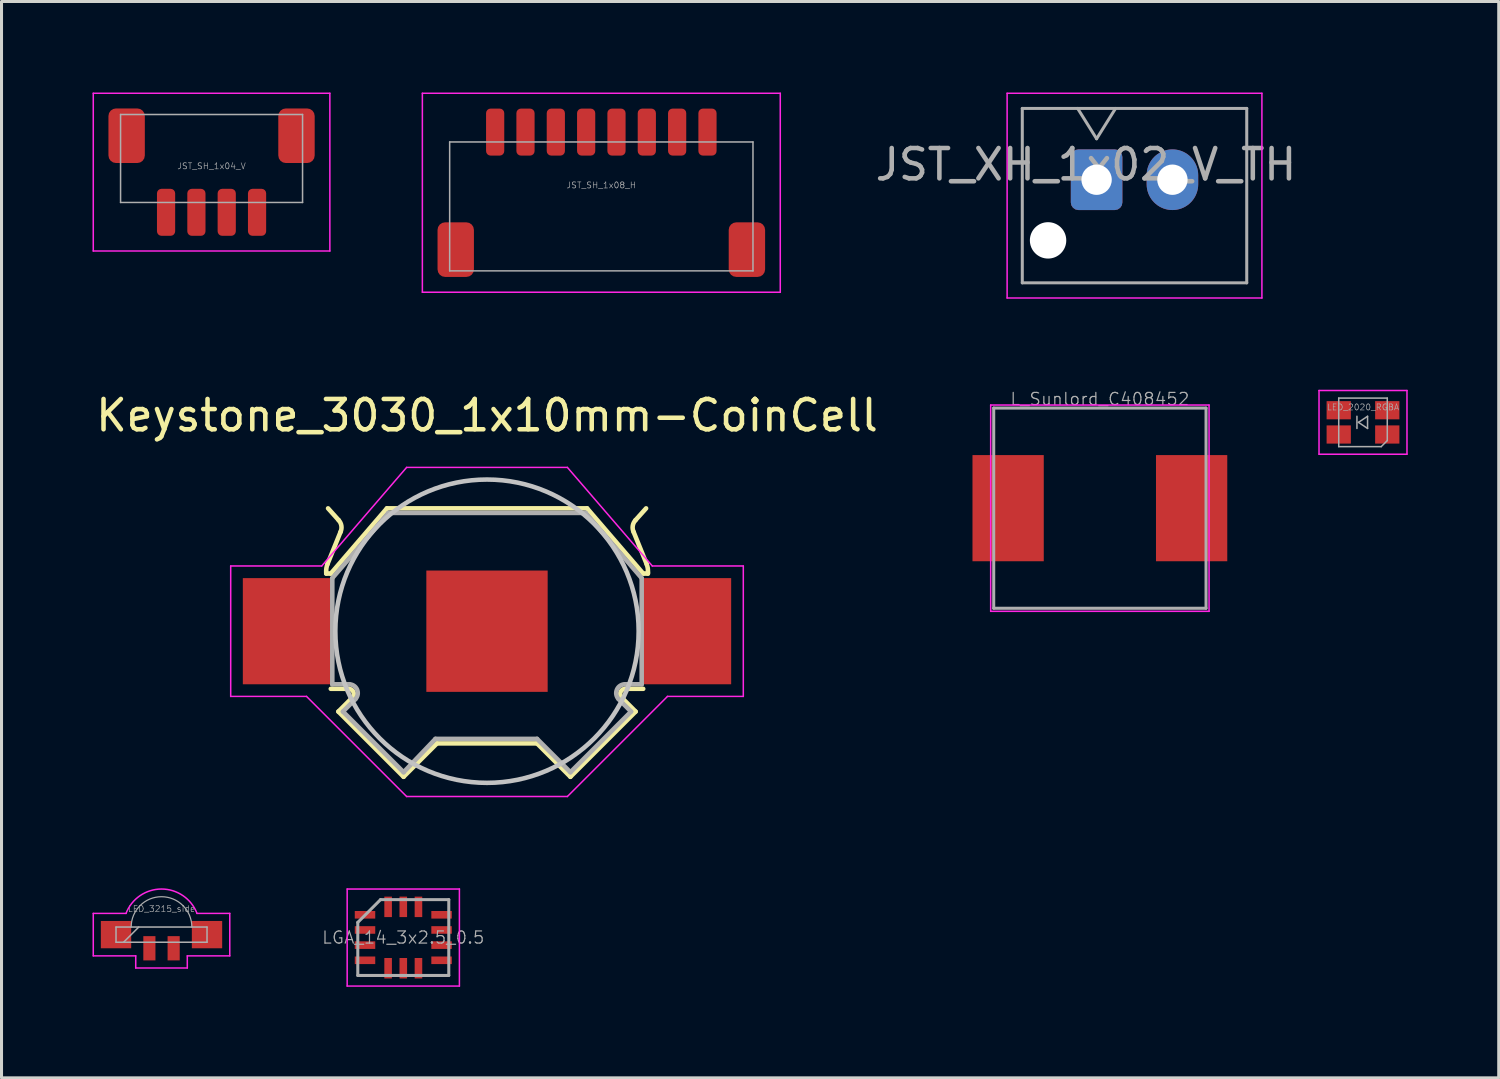
<source format=kicad_pcb>
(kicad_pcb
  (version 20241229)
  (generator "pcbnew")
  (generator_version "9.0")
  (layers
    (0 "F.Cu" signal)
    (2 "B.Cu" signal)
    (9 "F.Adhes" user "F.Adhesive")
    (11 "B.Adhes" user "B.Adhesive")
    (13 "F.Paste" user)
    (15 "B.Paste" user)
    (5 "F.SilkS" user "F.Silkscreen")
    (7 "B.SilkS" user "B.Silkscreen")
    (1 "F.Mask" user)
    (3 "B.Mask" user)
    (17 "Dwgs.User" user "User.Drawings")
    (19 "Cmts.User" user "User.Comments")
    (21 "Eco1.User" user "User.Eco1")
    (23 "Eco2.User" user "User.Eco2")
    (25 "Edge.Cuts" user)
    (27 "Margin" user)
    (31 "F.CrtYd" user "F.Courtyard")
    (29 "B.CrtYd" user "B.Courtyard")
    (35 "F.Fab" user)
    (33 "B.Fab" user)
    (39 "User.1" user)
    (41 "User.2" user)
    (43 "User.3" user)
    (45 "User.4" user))
  (footprint "Keystone_3030_1x10mm-CoinCell"
    (layer "F.Cu")
    (at 13.006 17.76)
    (property "Reference" "Keystone_3030_1x10mm-CoinCell" (at 0 -7.112 0) (layer "F.SilkS") (effects (font (size 1 1) (thickness 0.15))))
    (attr smd)
    (fp_line (start -5.3 -1.9) (end -5.3 -1.95) (stroke (width 0.15) (type solid)) (layer "F.SilkS"))
    (fp_line (start -5.26 -2.21) (end -4.83 -3.27) (stroke (width 0.15) (type solid)) (layer "F.SilkS"))
    (fp_line (start -5.15 -1.9) (end -5.3 -1.9) (stroke (width 0.15) (type solid)) (layer "F.SilkS"))
    (fp_line (start -5.15 -1.9) (end -3.3 -4.05) (stroke (width 0.15) (type solid)) (layer "F.SilkS"))
    (fp_line (start -5.15 1.9) (end -4.56 1.9) (stroke (width 0.15) (type solid)) (layer "F.SilkS"))
    (fp_line (start -4.9 2.65) (end -2.75 4.8) (stroke (width 0.15) (type solid)) (layer "F.SilkS"))
    (fp_line (start -4.89 -3.66) (end -5.24 -4.05) (stroke (width 0.15) (type solid)) (layer "F.SilkS"))
    (fp_line (start -4.44 2.19) (end -4.9 2.65) (stroke (width 0.15) (type solid)) (layer "F.SilkS"))
    (fp_line (start -3.3 -4.05) (end 3.3 -4.05) (stroke (width 0.15) (type solid)) (layer "F.SilkS"))
    (fp_line (start -2.75 4.8) (end -1.65 3.7) (stroke (width 0.15) (type solid)) (layer "F.SilkS"))
    (fp_line (start -1.65 3.7) (end 1.65 3.7) (stroke (width 0.15) (type solid)) (layer "F.SilkS"))
    (fp_line (start 1.65 3.7) (end 2.75 4.8) (stroke (width 0.15) (type solid)) (layer "F.SilkS"))
    (fp_line (start 2.75 4.8) (end 4.9 2.65) (stroke (width 0.15) (type solid)) (layer "F.SilkS"))
    (fp_line (start 3.3 -4.05) (end 5.15 -1.9) (stroke (width 0.15) (type solid)) (layer "F.SilkS"))
    (fp_line (start 4.43 2.18) (end 4.9 2.65) (stroke (width 0.15) (type solid)) (layer "F.SilkS"))
    (fp_line (start 4.895 -3.66) (end 5.245 -4.05) (stroke (width 0.15) (type solid)) (layer "F.SilkS"))
    (fp_line (start 5.15 1.9) (end 4.56 1.9) (stroke (width 0.15) (type solid)) (layer "F.SilkS"))
    (fp_line (start 5.155 -1.9) (end 5.305 -1.9) (stroke (width 0.15) (type solid)) (layer "F.SilkS"))
    (fp_line (start 5.265 -2.21) (end 4.835 -3.27) (stroke (width 0.15) (type solid)) (layer "F.SilkS"))
    (fp_line (start 5.305 -1.9) (end 5.305 -1.95) (stroke (width 0.15) (type solid)) (layer "F.SilkS"))
    (fp_arc (start -5.30136 -1.940532) (mid -5.295135 -2.077485) (end -5.26 -2.21) (stroke (width 0.15) (type solid)) (layer "F.SilkS"))
    (fp_arc (start -4.890312 -3.659712) (mid -4.800746 -3.47405) (end -4.83 -3.27) (stroke (width 0.15) (type solid)) (layer "F.SilkS"))
    (fp_arc (start -4.56 1.899708) (mid -4.405515 1.99835) (end -4.430001 2.179999) (stroke (width 0.15) (type solid)) (layer "F.SilkS"))
    (fp_arc (start 4.430001 2.179999) (mid 4.405515 1.99835) (end 4.56 1.899708) (stroke (width 0.15) (type solid)) (layer "F.SilkS"))
    (fp_arc (start 4.834532 -3.269603) (mid 4.805278 -3.473653) (end 4.894844 -3.659315) (stroke (width 0.15) (type solid)) (layer "F.SilkS"))
    (fp_arc (start 5.264532 -2.209603) (mid 5.299667 -2.077088) (end 5.305892 -1.940135) (stroke (width 0.15) (type solid)) (layer "F.SilkS"))
    (fp_circle (center 0 0) (end 5 0) (stroke (width 0.15) (type solid)) (fill no) (layer "Dwgs.User"))
    (fp_line (start -8.45 -2.15) (end -8.45 2.15) (stroke (width 0.05) (type solid)) (layer "F.CrtYd"))
    (fp_line (start -8.45 2.15) (end -5.95 2.15) (stroke (width 0.05) (type solid)) (layer "F.CrtYd"))
    (fp_line (start -5.95 2.15) (end -2.65 5.45) (stroke (width 0.05) (type solid)) (layer "F.CrtYd"))
    (fp_line (start -5.45 -2.15) (end -8.45 -2.15) (stroke (width 0.05) (type solid)) (layer "F.CrtYd"))
    (fp_line (start -2.65 -5.4) (end -5.45 -2.15) (stroke (width 0.05) (type solid)) (layer "F.CrtYd"))
    (fp_line (start 2.65 -5.4) (end -2.65 -5.4) (stroke (width 0.05) (type solid)) (layer "F.CrtYd"))
    (fp_line (start 2.65 -5.4) (end 5.45 -2.15) (stroke (width 0.05) (type solid)) (layer "F.CrtYd"))
    (fp_line (start 2.65 5.45) (end -2.65 5.45) (stroke (width 0.05) (type solid)) (layer "F.CrtYd"))
    (fp_line (start 5.45 -2.15) (end 8.45 -2.15) (stroke (width 0.05) (type solid)) (layer "F.CrtYd"))
    (fp_line (start 5.95 2.15) (end 2.65 5.45) (stroke (width 0.05) (type solid)) (layer "F.CrtYd"))
    (fp_line (start 8.45 -2.15) (end 8.45 2.15) (stroke (width 0.05) (type solid)) (layer "F.CrtYd"))
    (fp_line (start 8.45 2.15) (end 5.95 2.15) (stroke (width 0.05) (type solid)) (layer "F.CrtYd"))
    (fp_line (start -5.1 -1.75) (end -3.25 -3.9) (stroke (width 0.15) (type solid)) (layer "F.Fab"))
    (fp_line (start -5.1 1.75) (end -5.1 -1.75) (stroke (width 0.15) (type solid)) (layer "F.Fab"))
    (fp_line (start -4.75 2.65) (end -4.34 2.24) (stroke (width 0.15) (type solid)) (layer "F.Fab"))
    (fp_line (start -4.55 1.75) (end -5.1 1.75) (stroke (width 0.15) (type solid)) (layer "F.Fab"))
    (fp_line (start -3.25 -3.9) (end 3.25 -3.9) (stroke (width 0.15) (type solid)) (layer "F.Fab"))
    (fp_line (start -2.75 4.65) (end -4.75 2.65) (stroke (width 0.15) (type solid)) (layer "F.Fab"))
    (fp_line (start -1.7 3.55) (end -2.75 4.65) (stroke (width 0.15) (type solid)) (layer "F.Fab"))
    (fp_line (start 1.65 3.55) (end -1.7 3.55) (stroke (width 0.15) (type solid)) (layer "F.Fab"))
    (fp_line (start 2.75 4.65) (end 1.65 3.55) (stroke (width 0.15) (type solid)) (layer "F.Fab"))
    (fp_line (start 3.25 -3.9) (end 5.1 -1.75) (stroke (width 0.15) (type solid)) (layer "F.Fab"))
    (fp_line (start 4.34 2.24) (end 4.75 2.65) (stroke (width 0.15) (type solid)) (layer "F.Fab"))
    (fp_line (start 4.75 2.65) (end 2.75 4.65) (stroke (width 0.15) (type solid)) (layer "F.Fab"))
    (fp_line (start 5.1 -1.75) (end 5.1 1.75) (stroke (width 0.15) (type solid)) (layer "F.Fab"))
    (fp_line (start 5.1 1.75) (end 4.56 1.75) (stroke (width 0.15) (type solid)) (layer "F.Fab"))
    (fp_arc (start -4.560107 1.750176) (mid -4.285479 1.921135) (end -4.34 2.24) (stroke (width 0.15) (type solid)) (layer "F.Fab"))
    (fp_arc (start 4.34 2.24) (mid 4.285479 1.921135) (end 4.560107 1.750176) (stroke (width 0.15) (type solid)) (layer "F.Fab"))
    (pad "1" smd rect (at -6.6 0) (size 2.9 3.5) (layers "F.Cu" "F.Mask" "F.Paste"))
    (pad "1" smd rect (at 6.6 0) (size 2.9 3.5) (layers "F.Cu" "F.Mask" "F.Paste"))
    (pad "2" smd rect (at 0 0) (size 4 4) (layers "F.Cu" "F.Mask" "F.Paste")))
  (footprint "JST_SH_1x08_H"
    (layer "F.Cu")
    (at 16.775 3.305)
    (property "Reference" "JST_SH_1x08_H" (at 0 -0.25 0) (layer "F.Fab") (effects (font (size 0.2 0.2) (thickness 0.02))))
    (attr smd)
    (fp_line (start -5.9 -3.28) (end -5.9 3.28) (stroke (width 0.05) (type solid)) (layer "F.CrtYd"))
    (fp_line (start -5.9 3.28) (end 5.9 3.28) (stroke (width 0.05) (type solid)) (layer "F.CrtYd"))
    (fp_line (start 5.9 -3.28) (end -5.9 -3.28) (stroke (width 0.05) (type solid)) (layer "F.CrtYd"))
    (fp_line (start 5.9 3.28) (end 5.9 -3.28) (stroke (width 0.05) (type solid)) (layer "F.CrtYd"))
    (fp_line (start -5 -1.675) (end -5 2.575) (stroke (width 0.05) (type solid)) (layer "F.Fab"))
    (fp_line (start -5 -1.675) (end 5 -1.675) (stroke (width 0.05) (type solid)) (layer "F.Fab"))
    (fp_line (start -5 2.575) (end 5 2.575) (stroke (width 0.05) (type solid)) (layer "F.Fab"))
    (fp_line (start 5 -1.675) (end 5 2.575) (stroke (width 0.05) (type solid)) (layer "F.Fab"))
    (pad "1" smd roundrect (at -3.5 -2) (size 0.6 1.55) (layers "F.Cu" "F.Mask" "F.Paste") (roundrect_rratio 0.25))
    (pad "2" smd roundrect (at -2.5 -2) (size 0.6 1.55) (layers "F.Cu" "F.Mask" "F.Paste") (roundrect_rratio 0.25))
    (pad "3" smd roundrect (at -1.5 -2) (size 0.6 1.55) (layers "F.Cu" "F.Mask" "F.Paste") (roundrect_rratio 0.25))
    (pad "4" smd roundrect (at -0.5 -2) (size 0.6 1.55) (layers "F.Cu" "F.Mask" "F.Paste") (roundrect_rratio 0.25))
    (pad "5" smd roundrect (at 0.5 -2) (size 0.6 1.55) (layers "F.Cu" "F.Mask" "F.Paste") (roundrect_rratio 0.25))
    (pad "6" smd roundrect (at 1.5 -2) (size 0.6 1.55) (layers "F.Cu" "F.Mask" "F.Paste") (roundrect_rratio 0.25))
    (pad "7" smd roundrect (at 2.5 -2) (size 0.6 1.55) (layers "F.Cu" "F.Mask" "F.Paste") (roundrect_rratio 0.25))
    (pad "8" smd roundrect (at 3.5 -2) (size 0.6 1.55) (layers "F.Cu" "F.Mask" "F.Paste") (roundrect_rratio 0.25))
    (pad "MP" smd roundrect (at -4.8 1.875) (size 1.2 1.8) (layers "F.Cu" "F.Mask" "F.Paste") (roundrect_rratio 0.208))
    (pad "MP" smd roundrect (at 4.8 1.875) (size 1.2 1.8) (layers "F.Cu" "F.Mask" "F.Paste") (roundrect_rratio 0.208)))
  (footprint "JST_XH_1x02_V_TH"
    (layer "F.Cu")
    (at 33.104 2.875)
    (property "Reference" "JST_XH_1x02_V_TH" (at -0.35 -0.5 0) (layer "F.Fab") (effects (font (size 1 1) (thickness 0.15))))
    (attr through_hole)
    (fp_line (start -2.95 -2.85) (end -2.95 3.9) (stroke (width 0.05) (type solid)) (layer "F.CrtYd"))
    (fp_line (start -2.95 3.9) (end 5.45 3.9) (stroke (width 0.05) (type solid)) (layer "F.CrtYd"))
    (fp_line (start 5.45 -2.85) (end -2.95 -2.85) (stroke (width 0.05) (type solid)) (layer "F.CrtYd"))
    (fp_line (start 5.45 3.9) (end 5.45 -2.85) (stroke (width 0.05) (type solid)) (layer "F.CrtYd"))
    (fp_line (start -2.45 -2.35) (end -2.45 3.4) (stroke (width 0.1) (type solid)) (layer "F.Fab"))
    (fp_line (start -2.45 3.4) (end 4.95 3.4) (stroke (width 0.1) (type solid)) (layer "F.Fab"))
    (fp_line (start -0.625 -2.35) (end 0 -1.35) (stroke (width 0.1) (type solid)) (layer "F.Fab"))
    (fp_line (start 0 -1.35) (end 0.625 -2.35) (stroke (width 0.1) (type solid)) (layer "F.Fab"))
    (fp_line (start 4.95 -2.35) (end -2.45 -2.35) (stroke (width 0.1) (type solid)) (layer "F.Fab"))
    (fp_line (start 4.95 3.4) (end 4.95 -2.35) (stroke (width 0.1) (type solid)) (layer "F.Fab"))
    (pad "" np_thru_hole circle (at -1.6 2) (size 1.2 1.2) (drill 1.2) (layers "*.Cu" "*.Mask"))
    (pad "1" thru_hole roundrect (at 0 0) (size 1.7 2) (drill 1) (layers "*.Cu" "*.Mask") (roundrect_rratio 0.147))
    (pad "2" thru_hole oval (at 2.5 0) (size 1.7 2) (drill 1) (layers "*.Cu" "*.Mask")))
  (footprint "JST_SH_1x04_V"
    (layer "F.Cu")
    (at 3.925 2.625)
    (property "Reference" "JST_SH_1x04_V" (at 0 -0.2 0) (unlocked yes) (layer "F.Fab") (effects (font (size 0.2 0.2) (thickness 0.02))))
    (attr smd)
    (fp_line (start -3.9 -2.6) (end -3.9 2.6) (stroke (width 0.05) (type solid)) (layer "F.CrtYd"))
    (fp_line (start -3.9 2.6) (end 3.9 2.6) (stroke (width 0.05) (type solid)) (layer "F.CrtYd"))
    (fp_line (start 3.9 -2.6) (end -3.9 -2.6) (stroke (width 0.05) (type solid)) (layer "F.CrtYd"))
    (fp_line (start 3.9 2.6) (end 3.9 -2.6) (stroke (width 0.05) (type solid)) (layer "F.CrtYd"))
    (fp_line (start -3 -1.9) (end 3 -1.9) (stroke (width 0.05) (type solid)) (layer "F.Fab"))
    (fp_line (start -3 1) (end -3 -1.9) (stroke (width 0.05) (type solid)) (layer "F.Fab"))
    (fp_line (start -3 1) (end 3 1) (stroke (width 0.05) (type solid)) (layer "F.Fab"))
    (fp_line (start 3 1) (end 3 -1.9) (stroke (width 0.05) (type solid)) (layer "F.Fab"))
    (pad "1" smd roundrect (at -1.5 1.325) (size 0.6 1.55) (layers "F.Cu" "F.Mask" "F.Paste") (roundrect_rratio 0.25))
    (pad "2" smd roundrect (at -0.5 1.325) (size 0.6 1.55) (layers "F.Cu" "F.Mask" "F.Paste") (roundrect_rratio 0.25))
    (pad "3" smd roundrect (at 0.5 1.325) (size 0.6 1.55) (layers "F.Cu" "F.Mask" "F.Paste") (roundrect_rratio 0.25))
    (pad "4" smd roundrect (at 1.5 1.325) (size 0.6 1.55) (layers "F.Cu" "F.Mask" "F.Paste") (roundrect_rratio 0.25))
    (pad "MP" smd roundrect (at -2.8 -1.2) (size 1.2 1.8) (layers "F.Cu" "F.Mask" "F.Paste") (roundrect_rratio 0.208))
    (pad "MP" smd roundrect (at 2.8 -1.2) (size 1.2 1.8) (layers "F.Cu" "F.Mask" "F.Paste") (roundrect_rratio 0.208)))
  (footprint "L_Sunlord_C408452"
    (layer "F.Cu")
    (at 33.212 13.704)
    (property "Reference" "L_Sunlord_C408452" (at 0 -3.6 0) (layer "F.Fab") (effects (font (size 0.4 0.4) (thickness 0.04))))
    (attr smd)
    (fp_line (start -3.6 -3.4) (end 3.6 -3.4) (stroke (width 0.05) (type solid)) (layer "F.CrtYd"))
    (fp_line (start -3.6 3.4) (end -3.6 -3.4) (stroke (width 0.05) (type solid)) (layer "F.CrtYd"))
    (fp_line (start 3.6 -3.4) (end 3.6 3.4) (stroke (width 0.05) (type solid)) (layer "F.CrtYd"))
    (fp_line (start 3.6 3.4) (end -3.6 3.4) (stroke (width 0.05) (type solid)) (layer "F.CrtYd"))
    (fp_line (start -3.5 -3.3) (end 3.5 -3.3) (stroke (width 0.1) (type solid)) (layer "F.Fab"))
    (fp_line (start -3.5 3.3) (end -3.5 -3.3) (stroke (width 0.1) (type solid)) (layer "F.Fab"))
    (fp_line (start 3.5 -3.3) (end 3.5 3.3) (stroke (width 0.1) (type solid)) (layer "F.Fab"))
    (fp_line (start 3.5 3.3) (end -3.5 3.3) (stroke (width 0.1) (type solid)) (layer "F.Fab"))
    (pad "1" smd rect (at -3.025 0) (size 2.35 3.5) (layers "F.Cu" "F.Mask" "F.Paste"))
    (pad "2" smd rect (at 3.025 0) (size 2.35 3.5) (layers "F.Cu" "F.Mask" "F.Paste")))
  (footprint "LED_2020_RGBA"
    (layer "F.Cu")
    (at 41.887 10.875)
    (property "Reference" "LED_2020_RGBA" (at 0 -0.5 0) (unlocked yes) (layer "F.Fab") (effects (font (size 0.2 0.2) (thickness 0.02))))
    (attr smd)
    (fp_line (start -1.45 -1.05) (end 1.45 -1.05) (stroke (width 0.05) (type solid)) (layer "F.CrtYd"))
    (fp_line (start -1.45 1.05) (end -1.45 -1.05) (stroke (width 0.05) (type solid)) (layer "F.CrtYd"))
    (fp_line (start 1.45 -1.05) (end 1.45 1.05) (stroke (width 0.05) (type solid)) (layer "F.CrtYd"))
    (fp_line (start 1.45 1.05) (end -1.45 1.05) (stroke (width 0.05) (type solid)) (layer "F.CrtYd"))
    (fp_line (start -0.8 -0.8) (end 0.8 -0.8) (stroke (width 0.05) (type solid)) (layer "F.Fab"))
    (fp_line (start -0.8 0.8) (end -0.8 -0.8) (stroke (width 0.05) (type solid)) (layer "F.Fab"))
    (fp_line (start -0.2 -0.2) (end -0.2 0.2) (stroke (width 0.05) (type solid)) (layer "F.Fab"))
    (fp_line (start -0.15 0) (end 0.15 -0.2) (stroke (width 0.05) (type solid)) (layer "F.Fab"))
    (fp_line (start 0.15 -0.2) (end 0.15 0.2) (stroke (width 0.05) (type solid)) (layer "F.Fab"))
    (fp_line (start 0.15 0.2) (end -0.15 0) (stroke (width 0.05) (type solid)) (layer "F.Fab"))
    (fp_line (start 0.6 0.8) (end -0.8 0.8) (stroke (width 0.05) (type solid)) (layer "F.Fab"))
    (fp_line (start 0.6 0.8) (end 0.8 0.6) (stroke (width 0.05) (type solid)) (layer "F.Fab"))
    (fp_line (start 0.8 -0.8) (end 0.8 0.6) (stroke (width 0.05) (type solid)) (layer "F.Fab"))
    (pad "1" smd rect (at 0.8 0.4 180) (size 0.8 0.6) (layers "F.Cu" "F.Mask" "F.Paste"))
    (pad "2" smd rect (at -0.8 0.4 180) (size 0.8 0.6) (layers "F.Cu" "F.Mask" "F.Paste"))
    (pad "3" smd rect (at -0.8 -0.4 180) (size 0.8 0.6) (layers "F.Cu" "F.Mask" "F.Paste"))
    (pad "4" smd rect (at 0.8 -0.4 180) (size 0.8 0.6) (layers "F.Cu" "F.Mask" "F.Paste")))
  (footprint "LED_3215_side"
    (layer "F.Cu")
    (at 2.275 27.764)
    (property "Reference" "LED_3215_side" (at 0 -0.85 0) (unlocked yes) (layer "F.Fab") (effects (font (size 0.2 0.2) (thickness 0.02))))
    (attr smd)
    (fp_line (start -2.25 -0.7) (end -1.17 -0.7) (stroke (width 0.05) (type solid)) (layer "F.CrtYd"))
    (fp_line (start -2.25 0.7) (end -2.25 -0.7) (stroke (width 0.05) (type solid)) (layer "F.CrtYd"))
    (fp_line (start -2.25 0.7) (end -0.85 0.7) (stroke (width 0.05) (type solid)) (layer "F.CrtYd"))
    (fp_line (start -0.85 0.7) (end -0.85 1.1) (stroke (width 0.05) (type solid)) (layer "F.CrtYd"))
    (fp_line (start -0.85 1.1) (end 0.85 1.1) (stroke (width 0.05) (type solid)) (layer "F.CrtYd"))
    (fp_line (start 0.85 0.7) (end 2.25 0.7) (stroke (width 0.05) (type solid)) (layer "F.CrtYd"))
    (fp_line (start 0.85 1.1) (end 0.85 0.7) (stroke (width 0.05) (type solid)) (layer "F.CrtYd"))
    (fp_line (start 2.25 -0.7) (end 1.17 -0.7) (stroke (width 0.05) (type solid)) (layer "F.CrtYd"))
    (fp_line (start 2.25 0.7) (end 2.25 -0.7) (stroke (width 0.05) (type solid)) (layer "F.CrtYd"))
    (fp_arc (start -1.17 -0.7) (mid 0 -1.503555) (end 1.17 -0.7) (stroke (width 0.05) (type solid)) (layer "F.CrtYd"))
    (fp_line (start -1.5 -0.25) (end -1.5 0.25) (stroke (width 0.05) (type solid)) (layer "F.Fab"))
    (fp_line (start -1.5 0.25) (end 1.5 0.25) (stroke (width 0.05) (type solid)) (layer "F.Fab"))
    (fp_line (start -0.75 -0.25) (end -1.25 0.25) (stroke (width 0.05) (type solid)) (layer "F.Fab"))
    (fp_line (start 1.5 -0.25) (end -1.5 -0.25) (stroke (width 0.05) (type solid)) (layer "F.Fab"))
    (fp_line (start 1.5 0.25) (end 1.5 -0.25) (stroke (width 0.05) (type solid)) (layer "F.Fab"))
    (fp_arc (start -1 -0.25) (mid 0 -1.25) (end 1 -0.25) (stroke (width 0.04) (type solid)) (layer "F.Fab"))
    (pad "1" smd rect (at -1.5 0) (size 1 0.9) (layers "F.Cu" "F.Mask" "F.Paste"))
    (pad "2" smd rect (at 1.5 0) (size 1 0.9) (layers "F.Cu" "F.Mask" "F.Paste"))
    (pad "3" smd rect (at 0.4 0.45) (size 0.4 0.8) (layers "F.Cu" "F.Mask" "F.Paste"))
    (pad "4" smd rect (at -0.4 0.45) (size 0.4 0.8) (layers "F.Cu" "F.Mask" "F.Paste")))
  (footprint "LGA_14_3x2.5_0.5"
    (layer "F.Cu")
    (at 10.246 27.86)
    (property "Reference" "LGA_14_3x2.5_0.5" (at 0 0 0) (unlocked yes) (layer "F.Fab") (effects (font (size 0.4 0.4) (thickness 0.04))))
    (attr smd)
    (fp_line (start -1.85 -1.6) (end 1.85 -1.6) (stroke (width 0.05) (type solid)) (layer "F.CrtYd"))
    (fp_line (start -1.85 1.6) (end -1.85 -1.6) (stroke (width 0.05) (type solid)) (layer "F.CrtYd"))
    (fp_line (start 1.85 -1.6) (end 1.85 1.6) (stroke (width 0.05) (type solid)) (layer "F.CrtYd"))
    (fp_line (start 1.85 1.6) (end -1.85 1.6) (stroke (width 0.05) (type solid)) (layer "F.CrtYd"))
    (fp_line (start -1.5 1.25) (end -1.5 -0.5) (stroke (width 0.1) (type solid)) (layer "F.Fab"))
    (fp_line (start -0.75 -1.25) (end -1.5 -0.5) (stroke (width 0.1) (type solid)) (layer "F.Fab"))
    (fp_line (start -0.75 -1.25) (end 1.5 -1.25) (stroke (width 0.1) (type solid)) (layer "F.Fab"))
    (fp_line (start 1.5 -1.25) (end 1.5 1.25) (stroke (width 0.1) (type solid)) (layer "F.Fab"))
    (fp_line (start 1.5 1.25) (end -1.5 1.25) (stroke (width 0.1) (type solid)) (layer "F.Fab"))
    (pad "1" smd rect (at -1.262 -0.75) (size 0.675 0.25) (layers "F.Cu" "F.Mask" "F.Paste"))
    (pad "2" smd rect (at -1.262 -0.25) (size 0.675 0.25) (layers "F.Cu" "F.Mask" "F.Paste"))
    (pad "3" smd rect (at -1.262 0.25) (size 0.675 0.25) (layers "F.Cu" "F.Mask" "F.Paste"))
    (pad "4" smd rect (at -1.262 0.75) (size 0.675 0.25) (layers "F.Cu" "F.Mask" "F.Paste"))
    (pad "5" smd rect (at -0.5 1.012) (size 0.25 0.675) (layers "F.Cu" "F.Mask" "F.Paste"))
    (pad "6" smd rect (at 0 1.012) (size 0.25 0.675) (layers "F.Cu" "F.Mask" "F.Paste"))
    (pad "7" smd rect (at 0.5 1.012) (size 0.25 0.675) (layers "F.Cu" "F.Mask" "F.Paste"))
    (pad "8" smd rect (at 1.262 0.75) (size 0.675 0.25) (layers "F.Cu" "F.Mask" "F.Paste"))
    (pad "9" smd rect (at 1.262 0.25) (size 0.675 0.25) (layers "F.Cu" "F.Mask" "F.Paste"))
    (pad "10" smd rect (at 1.262 -0.25) (size 0.675 0.25) (layers "F.Cu" "F.Mask" "F.Paste"))
    (pad "11" smd rect (at 1.262 -0.75) (size 0.675 0.25) (layers "F.Cu" "F.Mask" "F.Paste"))
    (pad "12" smd rect (at 0.5 -1.012) (size 0.25 0.675) (layers "F.Cu" "F.Mask" "F.Paste"))
    (pad "13" smd rect (at 0 -1.012) (size 0.25 0.675) (layers "F.Cu" "F.Mask" "F.Paste"))
    (pad "14" smd rect (at -0.5 -1.012) (size 0.25 0.675) (layers "F.Cu" "F.Mask" "F.Paste")))
  (gr_rect
    (start -3 -3)
    (end 46.362 32.485)
    (stroke (width 0.1) (type default))
    (fill no)
    (layer "Edge.Cuts")))
</source>
